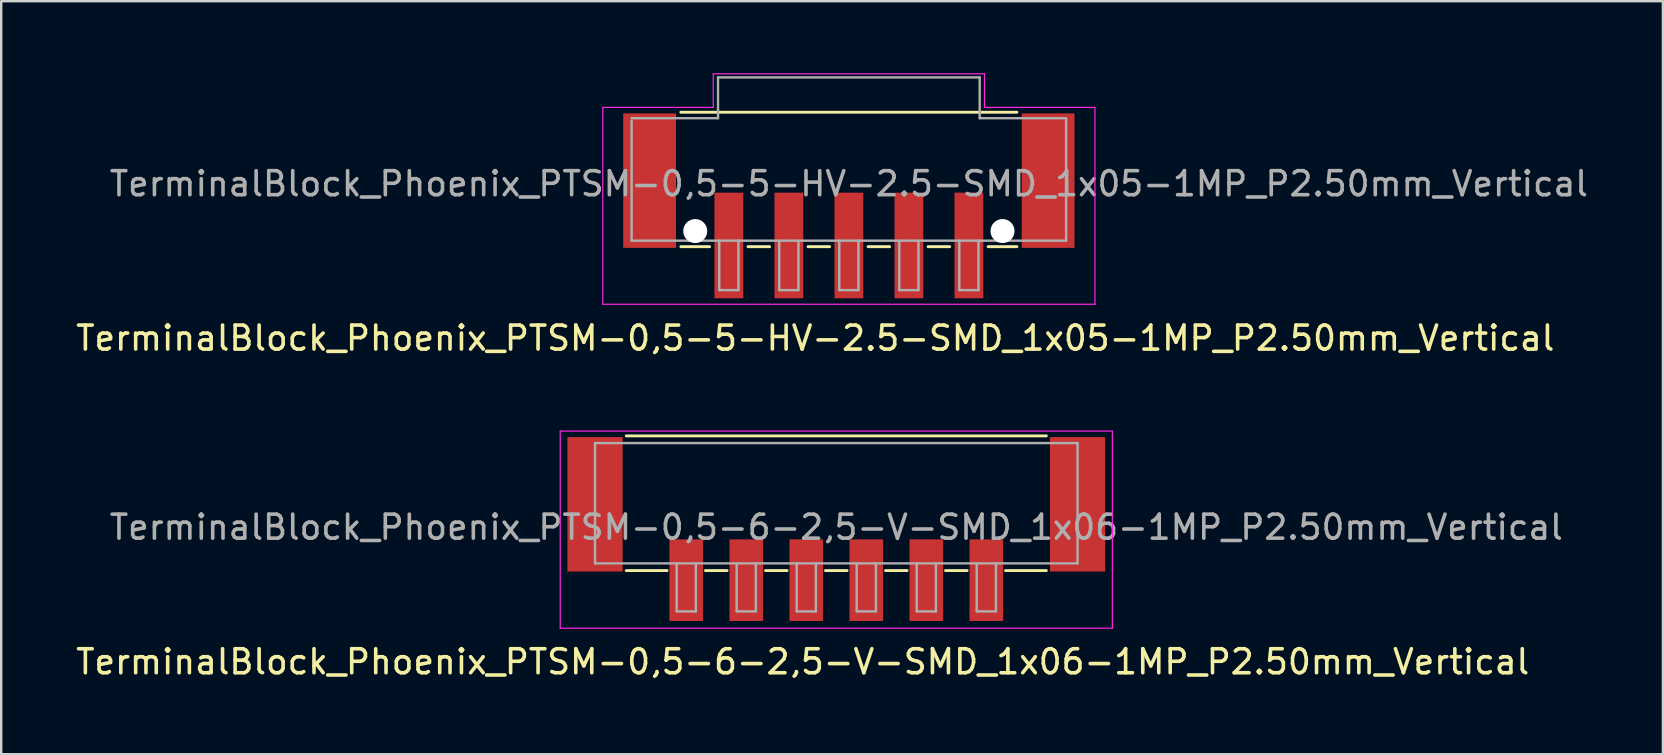
<source format=kicad_pcb>
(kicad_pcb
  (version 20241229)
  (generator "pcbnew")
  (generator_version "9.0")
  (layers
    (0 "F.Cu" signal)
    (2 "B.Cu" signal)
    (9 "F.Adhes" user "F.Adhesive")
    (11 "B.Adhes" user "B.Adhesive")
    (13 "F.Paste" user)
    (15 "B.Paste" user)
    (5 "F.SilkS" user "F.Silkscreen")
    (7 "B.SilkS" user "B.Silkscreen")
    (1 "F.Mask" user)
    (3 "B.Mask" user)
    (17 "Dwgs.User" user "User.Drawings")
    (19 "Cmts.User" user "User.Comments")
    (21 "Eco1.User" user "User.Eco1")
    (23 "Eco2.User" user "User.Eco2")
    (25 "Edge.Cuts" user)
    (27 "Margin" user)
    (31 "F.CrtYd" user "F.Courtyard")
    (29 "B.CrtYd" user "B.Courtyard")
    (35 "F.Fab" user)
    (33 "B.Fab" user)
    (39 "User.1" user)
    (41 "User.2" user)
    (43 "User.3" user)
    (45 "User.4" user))
  (footprint "TerminalBlock_Phoenix_PTSM-0,5-5-HV-2.5-SMD_1x05-1MP_P2.50mm_Vertical"
    (layer "F.Cu")
    (at 32.311 5.525)
    (property "Reference" "TerminalBlock_Phoenix_PTSM-0,5-5-HV-2.5-SMD_1x05-1MP_P2.50mm_Vertical" (at -1.4 5.51 0) (layer "F.SilkS") (effects (font (size 1 1) (thickness 0.15))))
    (attr smd)
    (fp_line (start -7 -3.9) (end 7 -3.9) (stroke (width 0.12) (type solid)) (layer "F.SilkS"))
    (fp_line (start -5.8 1.7) (end -7 1.7) (stroke (width 0.12) (type solid)) (layer "F.SilkS"))
    (fp_line (start -3.3 1.7) (end -4.2 1.7) (stroke (width 0.12) (type solid)) (layer "F.SilkS"))
    (fp_line (start -0.8 1.7) (end -1.7 1.7) (stroke (width 0.12) (type solid)) (layer "F.SilkS"))
    (fp_line (start 1.7 1.7) (end 0.8 1.7) (stroke (width 0.12) (type solid)) (layer "F.SilkS"))
    (fp_line (start 4.2 1.7) (end 3.3 1.7) (stroke (width 0.12) (type solid)) (layer "F.SilkS"))
    (fp_line (start 7 1.7) (end 5.8 1.7) (stroke (width 0.12) (type solid)) (layer "F.SilkS"))
    (fp_line (start -10.25 -4.1) (end -5.65 -4.1) (stroke (width 0.05) (type solid)) (layer "F.CrtYd"))
    (fp_line (start -10.25 4.1) (end -10.25 -4.1) (stroke (width 0.05) (type solid)) (layer "F.CrtYd"))
    (fp_line (start -5.65 -5.5) (end 5.65 -5.5) (stroke (width 0.05) (type solid)) (layer "F.CrtYd"))
    (fp_line (start -5.65 -4.1) (end -5.65 -5.5) (stroke (width 0.05) (type solid)) (layer "F.CrtYd"))
    (fp_line (start 5.65 -4.1) (end 5.65 -5.5) (stroke (width 0.05) (type solid)) (layer "F.CrtYd"))
    (fp_line (start 10.25 -4.1) (end 5.65 -4.1) (stroke (width 0.05) (type solid)) (layer "F.CrtYd"))
    (fp_line (start 10.25 -4.1) (end 10.25 4.1) (stroke (width 0.05) (type solid)) (layer "F.CrtYd"))
    (fp_line (start 10.25 4.1) (end -10.25 4.1) (stroke (width 0.05) (type solid)) (layer "F.CrtYd"))
    (fp_line (start -9.05 -3.65) (end -5.45 -3.65) (stroke (width 0.1) (type solid)) (layer "F.Fab"))
    (fp_line (start -9.05 1.45) (end -9.05 -3.55) (stroke (width 0.1) (type solid)) (layer "F.Fab"))
    (fp_line (start -5.45 -5.35) (end 5.45 -5.35) (stroke (width 0.1) (type solid)) (layer "F.Fab"))
    (fp_line (start -5.45 -3.65) (end -5.45 -5.35) (stroke (width 0.1) (type solid)) (layer "F.Fab"))
    (fp_line (start -5.4 1.45) (end -5.4 3.51) (stroke (width 0.1) (type solid)) (layer "F.Fab"))
    (fp_line (start -5.4 3.51) (end -4.6 3.51) (stroke (width 0.1) (type solid)) (layer "F.Fab"))
    (fp_line (start -4.6 1.45) (end -4.6 3.51) (stroke (width 0.1) (type solid)) (layer "F.Fab"))
    (fp_line (start -2.9 1.45) (end -2.9 3.51) (stroke (width 0.1) (type solid)) (layer "F.Fab"))
    (fp_line (start -2.9 3.51) (end -2.1 3.51) (stroke (width 0.1) (type solid)) (layer "F.Fab"))
    (fp_line (start -2.1 1.45) (end -2.1 3.51) (stroke (width 0.1) (type solid)) (layer "F.Fab"))
    (fp_line (start -0.4 1.45) (end -0.4 3.51) (stroke (width 0.1) (type solid)) (layer "F.Fab"))
    (fp_line (start -0.4 3.51) (end 0.4 3.51) (stroke (width 0.1) (type solid)) (layer "F.Fab"))
    (fp_line (start 0.4 1.45) (end 0.4 3.51) (stroke (width 0.1) (type solid)) (layer "F.Fab"))
    (fp_line (start 2.1 1.45) (end 2.1 3.51) (stroke (width 0.1) (type solid)) (layer "F.Fab"))
    (fp_line (start 2.1 3.51) (end 2.9 3.51) (stroke (width 0.1) (type solid)) (layer "F.Fab"))
    (fp_line (start 2.9 1.45) (end 2.9 3.51) (stroke (width 0.1) (type solid)) (layer "F.Fab"))
    (fp_line (start 4.6 1.45) (end 4.6 3.51) (stroke (width 0.1) (type solid)) (layer "F.Fab"))
    (fp_line (start 4.6 3.51) (end 5.4 3.51) (stroke (width 0.1) (type solid)) (layer "F.Fab"))
    (fp_line (start 5.4 1.45) (end 5.4 3.51) (stroke (width 0.1) (type solid)) (layer "F.Fab"))
    (fp_line (start 5.45 -5.35) (end 5.45 -3.65) (stroke (width 0.1) (type solid)) (layer "F.Fab"))
    (fp_line (start 5.45 -3.65) (end 9.05 -3.65) (stroke (width 0.1) (type solid)) (layer "F.Fab"))
    (fp_line (start 9.05 1.45) (end -9.05 1.45) (stroke (width 0.1) (type solid)) (layer "F.Fab"))
    (fp_line (start 9.05 1.45) (end 9.05 -3.6) (stroke (width 0.1) (type solid)) (layer "F.Fab"))
    (fp_text user "${REFERENCE}" (at 0 -0.92 0) (layer "F.Fab") (effects (font (size 1 1) (thickness 0.15))))
    (pad "" np_thru_hole circle (at -6.4 1.05) (size 1 1) (drill 1) (layers "*.Cu" "*.Mask"))
    (pad "" np_thru_hole circle (at 6.4 1.05) (size 1 1) (drill 1) (layers "*.Cu" "*.Mask"))
    (pad "1" smd rect (at -5 1.65 180) (size 1.2 4.4) (layers "F.Cu" "F.Mask" "F.Paste"))
    (pad "2" smd rect (at -2.5 1.65 180) (size 1.2 4.4) (layers "F.Cu" "F.Mask" "F.Paste"))
    (pad "3" smd rect (at 0 1.65 180) (size 1.2 4.4) (layers "F.Cu" "F.Mask" "F.Paste"))
    (pad "4" smd rect (at 2.5 1.65 180) (size 1.2 4.4) (layers "F.Cu" "F.Mask" "F.Paste"))
    (pad "5" smd rect (at 5 1.65 180) (size 1.2 4.4) (layers "F.Cu" "F.Mask" "F.Paste"))
    (pad "MP" smd rect (at -8.3 -1.05 180) (size 2.2 5.6) (layers "F.Cu" "F.Mask" "F.Paste"))
    (pad "MP" smd rect (at 8.3 -1.05 180) (size 2.2 5.6) (layers "F.Cu" "F.Mask" "F.Paste")))
  (footprint "TerminalBlock_Phoenix_PTSM-0,5-6-2,5-V-SMD_1x06-1MP_P2.50mm_Vertical"
    (layer "F.Cu")
    (at 31.787 18.988)
    (property "Reference" "TerminalBlock_Phoenix_PTSM-0,5-6-2,5-V-SMD_1x06-1MP_P2.50mm_Vertical" (at -1.4 5.53 0) (layer "F.SilkS") (effects (font (size 1 1) (thickness 0.15))))
    (attr smd)
    (fp_line (start -8.75 -3.88) (end 8.75 -3.88) (stroke (width 0.12) (type solid)) (layer "F.SilkS"))
    (fp_line (start -7.05 1.73) (end -8.75 1.73) (stroke (width 0.12) (type solid)) (layer "F.SilkS"))
    (fp_line (start -4.55 1.73) (end -5.45 1.73) (stroke (width 0.12) (type solid)) (layer "F.SilkS"))
    (fp_line (start -2.05 1.73) (end -2.95 1.73) (stroke (width 0.12) (type solid)) (layer "F.SilkS"))
    (fp_line (start 0.45 1.73) (end -0.45 1.73) (stroke (width 0.12) (type solid)) (layer "F.SilkS"))
    (fp_line (start 2.95 1.73) (end 2.05 1.73) (stroke (width 0.12) (type solid)) (layer "F.SilkS"))
    (fp_line (start 5.45 1.73) (end 4.55 1.73) (stroke (width 0.12) (type solid)) (layer "F.SilkS"))
    (fp_line (start 8.75 1.73) (end 7.05 1.73) (stroke (width 0.12) (type solid)) (layer "F.SilkS"))
    (fp_line (start -11.5 -4.08) (end 11.5 -4.08) (stroke (width 0.05) (type solid)) (layer "F.CrtYd"))
    (fp_line (start -11.5 4.13) (end -11.5 -4.08) (stroke (width 0.05) (type solid)) (layer "F.CrtYd"))
    (fp_line (start 11.5 -4.08) (end 11.5 4.13) (stroke (width 0.05) (type solid)) (layer "F.CrtYd"))
    (fp_line (start 11.5 4.13) (end -11.5 4.13) (stroke (width 0.05) (type solid)) (layer "F.CrtYd"))
    (fp_line (start -10.05 -3.58) (end 10.05 -3.58) (stroke (width 0.1) (type solid)) (layer "F.Fab"))
    (fp_line (start -10.05 1.43) (end -10.05 -3.58) (stroke (width 0.1) (type solid)) (layer "F.Fab"))
    (fp_line (start -6.65 1.43) (end -6.65 3.43) (stroke (width 0.1) (type solid)) (layer "F.Fab"))
    (fp_line (start -6.65 3.43) (end -5.85 3.43) (stroke (width 0.1) (type solid)) (layer "F.Fab"))
    (fp_line (start -5.85 1.43) (end -5.85 3.43) (stroke (width 0.1) (type solid)) (layer "F.Fab"))
    (fp_line (start -4.15 1.43) (end -4.15 3.43) (stroke (width 0.1) (type solid)) (layer "F.Fab"))
    (fp_line (start -4.15 3.43) (end -3.35 3.43) (stroke (width 0.1) (type solid)) (layer "F.Fab"))
    (fp_line (start -3.35 1.43) (end -3.35 3.43) (stroke (width 0.1) (type solid)) (layer "F.Fab"))
    (fp_line (start -1.65 1.43) (end -1.65 3.43) (stroke (width 0.1) (type solid)) (layer "F.Fab"))
    (fp_line (start -1.65 3.43) (end -0.85 3.43) (stroke (width 0.1) (type solid)) (layer "F.Fab"))
    (fp_line (start -0.85 1.43) (end -0.85 3.43) (stroke (width 0.1) (type solid)) (layer "F.Fab"))
    (fp_line (start 0.85 1.43) (end 0.85 3.43) (stroke (width 0.1) (type solid)) (layer "F.Fab"))
    (fp_line (start 0.85 3.43) (end 1.65 3.43) (stroke (width 0.1) (type solid)) (layer "F.Fab"))
    (fp_line (start 1.65 1.43) (end 1.65 3.43) (stroke (width 0.1) (type solid)) (layer "F.Fab"))
    (fp_line (start 3.35 1.43) (end 3.35 3.43) (stroke (width 0.1) (type solid)) (layer "F.Fab"))
    (fp_line (start 3.35 3.43) (end 4.15 3.43) (stroke (width 0.1) (type solid)) (layer "F.Fab"))
    (fp_line (start 4.15 1.43) (end 4.15 3.43) (stroke (width 0.1) (type solid)) (layer "F.Fab"))
    (fp_line (start 5.85 1.43) (end 5.85 3.43) (stroke (width 0.1) (type solid)) (layer "F.Fab"))
    (fp_line (start 5.85 3.43) (end 6.65 3.43) (stroke (width 0.1) (type solid)) (layer "F.Fab"))
    (fp_line (start 6.65 1.43) (end 6.65 3.43) (stroke (width 0.1) (type solid)) (layer "F.Fab"))
    (fp_line (start 10.05 1.43) (end -10.05 1.43) (stroke (width 0.1) (type solid)) (layer "F.Fab"))
    (fp_line (start 10.05 1.43) (end 10.05 -3.58) (stroke (width 0.1) (type solid)) (layer "F.Fab"))
    (fp_text user "${REFERENCE}" (at 0 -0.075 0) (layer "F.Fab") (effects (font (size 1 1) (thickness 0.15))))
    (pad "1" smd rect (at -6.25 2.13 180) (size 1.4 3.4) (layers "F.Cu" "F.Mask" "F.Paste"))
    (pad "2" smd rect (at -3.75 2.13 180) (size 1.4 3.4) (layers "F.Cu" "F.Mask" "F.Paste"))
    (pad "3" smd rect (at -1.25 2.13 180) (size 1.4 3.4) (layers "F.Cu" "F.Mask" "F.Paste"))
    (pad "4" smd rect (at 1.25 2.13 180) (size 1.4 3.4) (layers "F.Cu" "F.Mask" "F.Paste"))
    (pad "5" smd rect (at 3.75 2.13 180) (size 1.4 3.4) (layers "F.Cu" "F.Mask" "F.Paste"))
    (pad "6" smd rect (at 6.25 2.13 180) (size 1.4 3.4) (layers "F.Cu" "F.Mask" "F.Paste"))
    (pad "MP" smd rect (at -10.05 -1.03 180) (size 2.3 5.6) (layers "F.Cu" "F.Mask" "F.Paste"))
    (pad "MP" smd rect (at 10.05 -1.03 180) (size 2.3 5.6) (layers "F.Cu" "F.Mask" "F.Paste")))
  (gr_rect
    (start -3 -3)
    (end 66.221 28.366)
    (stroke (width 0.1) (type default))
    (fill no)
    (layer "Edge.Cuts")))
</source>
